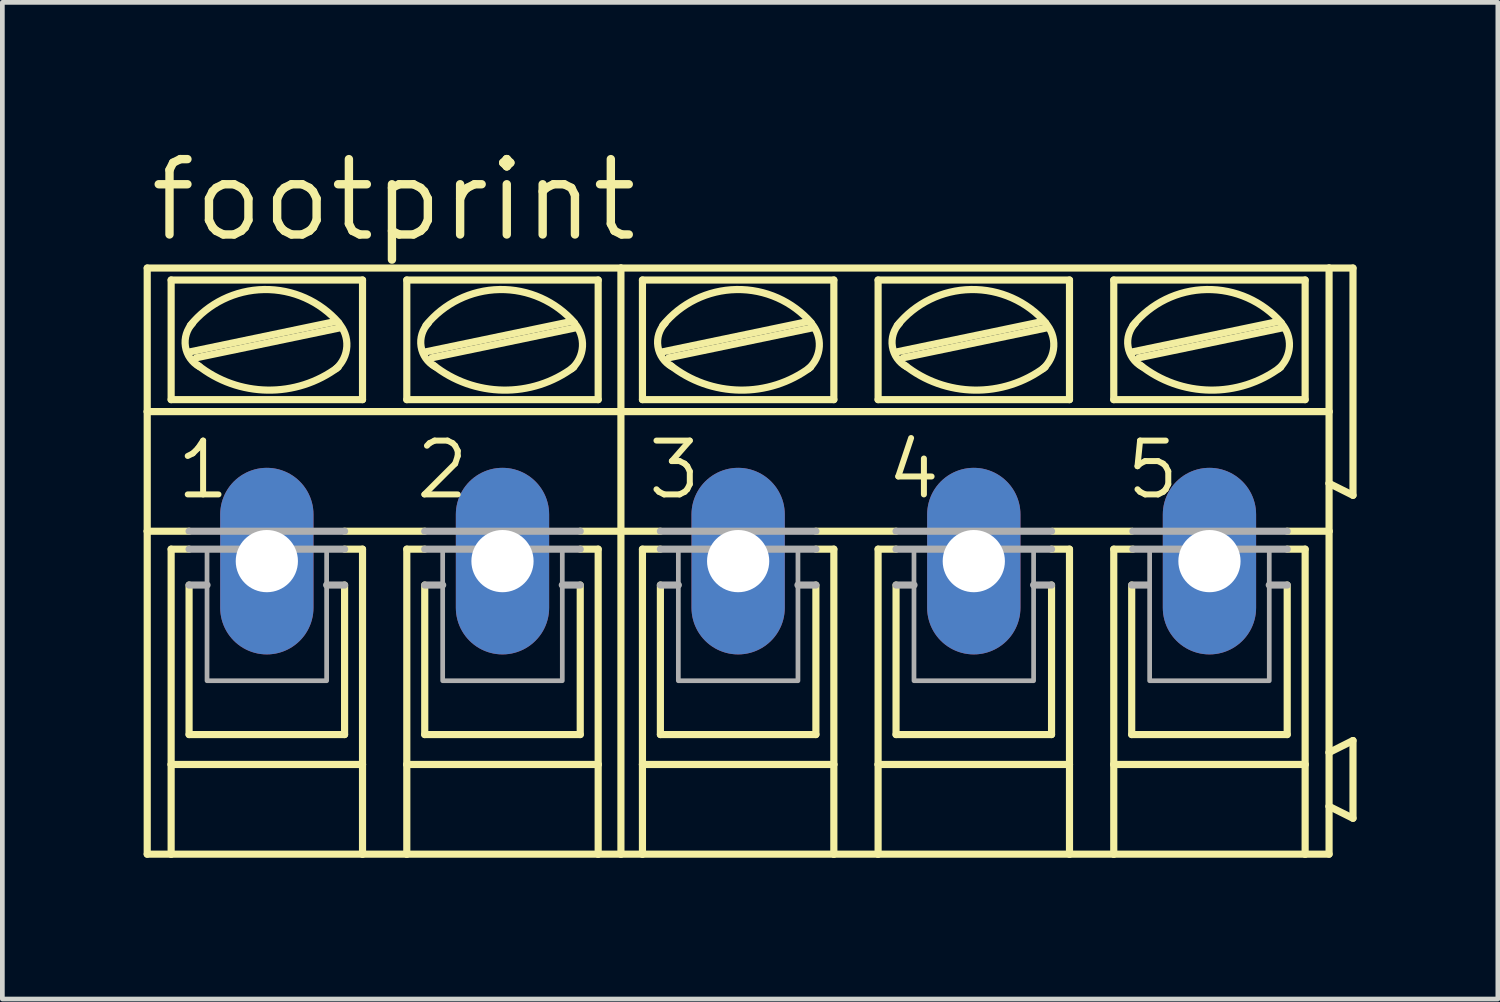
<source format=kicad_pcb>
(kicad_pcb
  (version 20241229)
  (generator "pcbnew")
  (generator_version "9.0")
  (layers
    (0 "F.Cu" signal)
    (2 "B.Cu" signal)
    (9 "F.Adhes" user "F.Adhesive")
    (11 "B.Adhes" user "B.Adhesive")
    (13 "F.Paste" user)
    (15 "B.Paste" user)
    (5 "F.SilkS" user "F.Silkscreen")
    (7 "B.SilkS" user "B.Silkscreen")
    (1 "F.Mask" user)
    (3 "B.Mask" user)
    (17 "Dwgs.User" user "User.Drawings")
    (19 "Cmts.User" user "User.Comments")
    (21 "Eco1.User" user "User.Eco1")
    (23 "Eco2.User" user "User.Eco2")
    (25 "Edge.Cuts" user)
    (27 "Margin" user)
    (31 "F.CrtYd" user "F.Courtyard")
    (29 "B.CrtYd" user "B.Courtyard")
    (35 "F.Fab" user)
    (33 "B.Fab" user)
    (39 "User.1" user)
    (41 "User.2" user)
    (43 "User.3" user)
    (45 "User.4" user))
  (footprint "footprint"
    (layer "F.Cu")
    (at 12.624 8.865)
    (property "Reference" "footprint" (at -12.573 -6.731 0) (layer "F.SilkS") (effects (font (size 1.6 1.6) (thickness 0.178)) (justify left bottom)))
    (fp_line (start -12.548 -3.175) (end -12.548 -6.223) (stroke (width 0.152) (type solid)) (layer "F.SilkS"))
    (fp_line (start -12.548 -3.175) (end -2.489 -3.175) (stroke (width 0.152) (type solid)) (layer "F.SilkS"))
    (fp_line (start -12.548 -0.635) (end -12.548 -3.175) (stroke (width 0.152) (type solid)) (layer "F.SilkS"))
    (fp_line (start -12.548 -0.635) (end -11.659 -0.635) (stroke (width 0.152) (type solid)) (layer "F.SilkS"))
    (fp_line (start -12.548 6.223) (end -12.548 -0.635) (stroke (width 0.152) (type solid)) (layer "F.SilkS"))
    (fp_line (start -12.548 6.223) (end -12.04 6.223) (stroke (width 0.152) (type solid)) (layer "F.SilkS"))
    (fp_line (start -12.04 -3.429) (end -12.04 -5.969) (stroke (width 0.152) (type solid)) (layer "F.SilkS"))
    (fp_line (start -12.04 -0.254) (end -12.04 4.318) (stroke (width 0.152) (type solid)) (layer "F.SilkS"))
    (fp_line (start -12.04 -0.254) (end -11.659 -0.254) (stroke (width 0.152) (type solid)) (layer "F.SilkS"))
    (fp_line (start -12.04 4.318) (end -12.04 6.223) (stroke (width 0.152) (type solid)) (layer "F.SilkS"))
    (fp_line (start -12.04 6.223) (end -7.976 6.223) (stroke (width 0.152) (type solid)) (layer "F.SilkS"))
    (fp_line (start -11.659 3.683) (end -11.659 0.508) (stroke (width 0.152) (type solid)) (layer "F.SilkS"))
    (fp_line (start -11.633 -4.445) (end -8.585 -5.08) (stroke (width 0.152) (type solid)) (layer "F.SilkS"))
    (fp_line (start -11.506 -4.318) (end -8.458 -4.953) (stroke (width 0.152) (type solid)) (layer "F.SilkS"))
    (fp_line (start -8.357 -0.635) (end -6.655 -0.635) (stroke (width 0.152) (type solid)) (layer "F.SilkS"))
    (fp_line (start -8.357 3.683) (end -11.659 3.683) (stroke (width 0.152) (type solid)) (layer "F.SilkS"))
    (fp_line (start -8.357 3.683) (end -8.357 0.508) (stroke (width 0.152) (type solid)) (layer "F.SilkS"))
    (fp_line (start -7.976 -5.969) (end -12.04 -5.969) (stroke (width 0.152) (type solid)) (layer "F.SilkS"))
    (fp_line (start -7.976 -3.429) (end -12.04 -3.429) (stroke (width 0.152) (type solid)) (layer "F.SilkS"))
    (fp_line (start -7.976 -3.429) (end -7.976 -5.969) (stroke (width 0.152) (type solid)) (layer "F.SilkS"))
    (fp_line (start -7.976 -0.254) (end -8.357 -0.254) (stroke (width 0.152) (type solid)) (layer "F.SilkS"))
    (fp_line (start -7.976 4.318) (end -12.04 4.318) (stroke (width 0.152) (type solid)) (layer "F.SilkS"))
    (fp_line (start -7.976 4.318) (end -7.976 -0.254) (stroke (width 0.152) (type solid)) (layer "F.SilkS"))
    (fp_line (start -7.976 6.223) (end -7.976 4.318) (stroke (width 0.152) (type solid)) (layer "F.SilkS"))
    (fp_line (start -7.976 6.223) (end -7.036 6.223) (stroke (width 0.152) (type solid)) (layer "F.SilkS"))
    (fp_line (start -7.036 -5.969) (end -2.972 -5.969) (stroke (width 0.152) (type solid)) (layer "F.SilkS"))
    (fp_line (start -7.036 -3.429) (end -7.036 -5.969) (stroke (width 0.152) (type solid)) (layer "F.SilkS"))
    (fp_line (start -7.036 -0.254) (end -6.655 -0.254) (stroke (width 0.152) (type solid)) (layer "F.SilkS"))
    (fp_line (start -7.036 4.318) (end -7.036 -0.254) (stroke (width 0.152) (type solid)) (layer "F.SilkS"))
    (fp_line (start -7.036 4.318) (end -2.972 4.318) (stroke (width 0.152) (type solid)) (layer "F.SilkS"))
    (fp_line (start -7.036 6.223) (end -7.036 4.318) (stroke (width 0.152) (type solid)) (layer "F.SilkS"))
    (fp_line (start -7.036 6.223) (end -2.972 6.223) (stroke (width 0.152) (type solid)) (layer "F.SilkS"))
    (fp_line (start -6.655 3.683) (end -6.655 0.508) (stroke (width 0.152) (type solid)) (layer "F.SilkS"))
    (fp_line (start -6.629 -4.445) (end -3.581 -5.08) (stroke (width 0.152) (type solid)) (layer "F.SilkS"))
    (fp_line (start -6.502 -4.318) (end -3.454 -4.953) (stroke (width 0.152) (type solid)) (layer "F.SilkS"))
    (fp_line (start -3.353 3.683) (end -6.655 3.683) (stroke (width 0.152) (type solid)) (layer "F.SilkS"))
    (fp_line (start -3.353 3.683) (end -3.353 0.508) (stroke (width 0.152) (type solid)) (layer "F.SilkS"))
    (fp_line (start -2.972 -5.969) (end -2.972 -3.429) (stroke (width 0.152) (type solid)) (layer "F.SilkS"))
    (fp_line (start -2.972 -3.429) (end -7.036 -3.429) (stroke (width 0.152) (type solid)) (layer "F.SilkS"))
    (fp_line (start -2.972 -0.254) (end -3.353 -0.254) (stroke (width 0.152) (type solid)) (layer "F.SilkS"))
    (fp_line (start -2.972 -0.254) (end -2.972 4.318) (stroke (width 0.152) (type solid)) (layer "F.SilkS"))
    (fp_line (start -2.972 4.318) (end -2.972 6.223) (stroke (width 0.152) (type solid)) (layer "F.SilkS"))
    (fp_line (start -2.972 6.223) (end -2.489 6.223) (stroke (width 0.152) (type solid)) (layer "F.SilkS"))
    (fp_line (start -2.489 -6.223) (end -12.548 -6.223) (stroke (width 0.152) (type solid)) (layer "F.SilkS"))
    (fp_line (start -2.489 -3.175) (end -2.489 -6.223) (stroke (width 0.152) (type solid)) (layer "F.SilkS"))
    (fp_line (start -2.489 -3.175) (end 12.548 -3.175) (stroke (width 0.152) (type solid)) (layer "F.SilkS"))
    (fp_line (start -2.489 -0.635) (end -3.353 -0.635) (stroke (width 0.152) (type solid)) (layer "F.SilkS"))
    (fp_line (start -2.489 -0.635) (end -2.489 -3.175) (stroke (width 0.152) (type solid)) (layer "F.SilkS"))
    (fp_line (start -2.489 -0.635) (end -1.651 -0.635) (stroke (width 0.152) (type solid)) (layer "F.SilkS"))
    (fp_line (start -2.489 6.223) (end -2.489 -0.635) (stroke (width 0.152) (type solid)) (layer "F.SilkS"))
    (fp_line (start -2.489 6.223) (end -2.032 6.223) (stroke (width 0.152) (type solid)) (layer "F.SilkS"))
    (fp_line (start -2.032 -3.429) (end -2.032 -5.969) (stroke (width 0.152) (type solid)) (layer "F.SilkS"))
    (fp_line (start -2.032 -0.254) (end -2.032 4.318) (stroke (width 0.152) (type solid)) (layer "F.SilkS"))
    (fp_line (start -2.032 -0.254) (end -1.651 -0.254) (stroke (width 0.152) (type solid)) (layer "F.SilkS"))
    (fp_line (start -2.032 4.318) (end -2.032 6.223) (stroke (width 0.152) (type solid)) (layer "F.SilkS"))
    (fp_line (start -2.032 6.223) (end 2.032 6.223) (stroke (width 0.152) (type solid)) (layer "F.SilkS"))
    (fp_line (start -1.651 3.683) (end -1.651 0.508) (stroke (width 0.152) (type solid)) (layer "F.SilkS"))
    (fp_line (start -1.6 -4.445) (end 1.448 -5.08) (stroke (width 0.152) (type solid)) (layer "F.SilkS"))
    (fp_line (start -1.473 -4.318) (end 1.575 -4.953) (stroke (width 0.152) (type solid)) (layer "F.SilkS"))
    (fp_line (start 1.651 -0.635) (end 3.353 -0.635) (stroke (width 0.152) (type solid)) (layer "F.SilkS"))
    (fp_line (start 1.651 3.683) (end -1.651 3.683) (stroke (width 0.152) (type solid)) (layer "F.SilkS"))
    (fp_line (start 1.651 3.683) (end 1.651 0.508) (stroke (width 0.152) (type solid)) (layer "F.SilkS"))
    (fp_line (start 2.032 -5.969) (end -2.032 -5.969) (stroke (width 0.152) (type solid)) (layer "F.SilkS"))
    (fp_line (start 2.032 -3.429) (end -2.032 -3.429) (stroke (width 0.152) (type solid)) (layer "F.SilkS"))
    (fp_line (start 2.032 -3.429) (end 2.032 -5.969) (stroke (width 0.152) (type solid)) (layer "F.SilkS"))
    (fp_line (start 2.032 -0.254) (end 1.651 -0.254) (stroke (width 0.152) (type solid)) (layer "F.SilkS"))
    (fp_line (start 2.032 4.318) (end -2.032 4.318) (stroke (width 0.152) (type solid)) (layer "F.SilkS"))
    (fp_line (start 2.032 4.318) (end 2.032 -0.254) (stroke (width 0.152) (type solid)) (layer "F.SilkS"))
    (fp_line (start 2.032 6.223) (end 2.032 4.318) (stroke (width 0.152) (type solid)) (layer "F.SilkS"))
    (fp_line (start 2.032 6.223) (end 2.972 6.223) (stroke (width 0.152) (type solid)) (layer "F.SilkS"))
    (fp_line (start 2.972 -5.969) (end 7.036 -5.969) (stroke (width 0.152) (type solid)) (layer "F.SilkS"))
    (fp_line (start 2.972 -3.429) (end 2.972 -5.969) (stroke (width 0.152) (type solid)) (layer "F.SilkS"))
    (fp_line (start 2.972 -0.254) (end 3.353 -0.254) (stroke (width 0.152) (type solid)) (layer "F.SilkS"))
    (fp_line (start 2.972 4.318) (end 2.972 -0.254) (stroke (width 0.152) (type solid)) (layer "F.SilkS"))
    (fp_line (start 2.972 4.318) (end 7.036 4.318) (stroke (width 0.152) (type solid)) (layer "F.SilkS"))
    (fp_line (start 2.972 6.223) (end 2.972 4.318) (stroke (width 0.152) (type solid)) (layer "F.SilkS"))
    (fp_line (start 2.972 6.223) (end 7.036 6.223) (stroke (width 0.152) (type solid)) (layer "F.SilkS"))
    (fp_line (start 3.353 3.683) (end 3.353 0.508) (stroke (width 0.152) (type solid)) (layer "F.SilkS"))
    (fp_line (start 3.378 -4.445) (end 6.426 -5.08) (stroke (width 0.152) (type solid)) (layer "F.SilkS"))
    (fp_line (start 3.505 -4.318) (end 6.553 -4.953) (stroke (width 0.152) (type solid)) (layer "F.SilkS"))
    (fp_line (start 6.655 3.683) (end 3.353 3.683) (stroke (width 0.152) (type solid)) (layer "F.SilkS"))
    (fp_line (start 6.655 3.683) (end 6.655 0.508) (stroke (width 0.152) (type solid)) (layer "F.SilkS"))
    (fp_line (start 6.68 -0.635) (end 8.357 -0.635) (stroke (width 0.152) (type solid)) (layer "F.SilkS"))
    (fp_line (start 7.036 -5.969) (end 7.036 -3.429) (stroke (width 0.152) (type solid)) (layer "F.SilkS"))
    (fp_line (start 7.036 -3.429) (end 2.972 -3.429) (stroke (width 0.152) (type solid)) (layer "F.SilkS"))
    (fp_line (start 7.036 -0.254) (end 6.655 -0.254) (stroke (width 0.152) (type solid)) (layer "F.SilkS"))
    (fp_line (start 7.036 -0.254) (end 7.036 4.318) (stroke (width 0.152) (type solid)) (layer "F.SilkS"))
    (fp_line (start 7.036 4.318) (end 7.036 6.223) (stroke (width 0.152) (type solid)) (layer "F.SilkS"))
    (fp_line (start 7.036 6.223) (end 7.976 6.223) (stroke (width 0.152) (type solid)) (layer "F.SilkS"))
    (fp_line (start 7.976 -5.969) (end 12.04 -5.969) (stroke (width 0.152) (type solid)) (layer "F.SilkS"))
    (fp_line (start 7.976 -3.429) (end 7.976 -5.969) (stroke (width 0.152) (type solid)) (layer "F.SilkS"))
    (fp_line (start 7.976 -0.254) (end 8.382 -0.254) (stroke (width 0.152) (type solid)) (layer "F.SilkS"))
    (fp_line (start 7.976 4.318) (end 7.976 -0.254) (stroke (width 0.152) (type solid)) (layer "F.SilkS"))
    (fp_line (start 7.976 4.318) (end 12.04 4.318) (stroke (width 0.152) (type solid)) (layer "F.SilkS"))
    (fp_line (start 7.976 6.223) (end 7.976 4.318) (stroke (width 0.152) (type solid)) (layer "F.SilkS"))
    (fp_line (start 7.976 6.223) (end 12.04 6.223) (stroke (width 0.152) (type solid)) (layer "F.SilkS"))
    (fp_line (start 8.357 3.683) (end 8.357 0.508) (stroke (width 0.152) (type solid)) (layer "F.SilkS"))
    (fp_line (start 8.382 -4.445) (end 11.43 -5.08) (stroke (width 0.152) (type solid)) (layer "F.SilkS"))
    (fp_line (start 8.509 -4.318) (end 11.557 -4.953) (stroke (width 0.152) (type solid)) (layer "F.SilkS"))
    (fp_line (start 11.659 3.683) (end 8.357 3.683) (stroke (width 0.152) (type solid)) (layer "F.SilkS"))
    (fp_line (start 11.659 3.683) (end 11.659 0.508) (stroke (width 0.152) (type solid)) (layer "F.SilkS"))
    (fp_line (start 12.04 -5.969) (end 12.04 -3.429) (stroke (width 0.152) (type solid)) (layer "F.SilkS"))
    (fp_line (start 12.04 -3.429) (end 7.976 -3.429) (stroke (width 0.152) (type solid)) (layer "F.SilkS"))
    (fp_line (start 12.04 -0.254) (end 11.659 -0.254) (stroke (width 0.152) (type solid)) (layer "F.SilkS"))
    (fp_line (start 12.04 -0.254) (end 12.04 4.318) (stroke (width 0.152) (type solid)) (layer "F.SilkS"))
    (fp_line (start 12.04 4.318) (end 12.04 6.223) (stroke (width 0.152) (type solid)) (layer "F.SilkS"))
    (fp_line (start 12.04 6.223) (end 12.548 6.223) (stroke (width 0.152) (type solid)) (layer "F.SilkS"))
    (fp_line (start 12.548 -6.223) (end -2.489 -6.223) (stroke (width 0.152) (type solid)) (layer "F.SilkS"))
    (fp_line (start 12.548 -6.223) (end 12.548 -3.175) (stroke (width 0.152) (type solid)) (layer "F.SilkS"))
    (fp_line (start 12.548 -6.223) (end 13.056 -6.223) (stroke (width 0.152) (type solid)) (layer "F.SilkS"))
    (fp_line (start 12.548 -3.175) (end 12.548 -1.651) (stroke (width 0.152) (type solid)) (layer "F.SilkS"))
    (fp_line (start 12.548 -1.651) (end 12.548 -0.635) (stroke (width 0.152) (type solid)) (layer "F.SilkS"))
    (fp_line (start 12.548 -0.635) (end 11.659 -0.635) (stroke (width 0.152) (type solid)) (layer "F.SilkS"))
    (fp_line (start 12.548 -0.635) (end 12.548 4.064) (stroke (width 0.152) (type solid)) (layer "F.SilkS"))
    (fp_line (start 12.548 4.064) (end 12.548 5.207) (stroke (width 0.152) (type solid)) (layer "F.SilkS"))
    (fp_line (start 12.548 5.207) (end 12.548 6.223) (stroke (width 0.152) (type solid)) (layer "F.SilkS"))
    (fp_line (start 13.056 -6.223) (end 13.056 -1.397) (stroke (width 0.152) (type solid)) (layer "F.SilkS"))
    (fp_line (start 13.056 -1.397) (end 12.548 -1.651) (stroke (width 0.152) (type solid)) (layer "F.SilkS"))
    (fp_line (start 13.056 3.81) (end 12.548 4.064) (stroke (width 0.152) (type solid)) (layer "F.SilkS"))
    (fp_line (start 13.056 3.81) (end 13.056 5.461) (stroke (width 0.152) (type solid)) (layer "F.SilkS"))
    (fp_line (start 13.056 5.461) (end 12.548 5.207) (stroke (width 0.152) (type solid)) (layer "F.SilkS"))
    (fp_arc (start -11.6332 -5.0038) (mid -10.068826 -5.76695) (end -8.478799 -5.058801) (stroke (width 0.1524) (type solid)) (layer "F.SilkS"))
    (fp_arc (start -11.438701 -4.129699) (mid -11.736625 -4.557025) (end -11.5824 -5.0546) (stroke (width 0.1524) (type solid)) (layer "F.SilkS"))
    (fp_arc (start -8.493001 -4.118799) (mid -9.994904 -3.631242) (end -11.4808 -4.1656) (stroke (width 0.1524) (type solid)) (layer "F.SilkS"))
    (fp_arc (start -8.483699 -5.054499) (mid -8.309339 -4.558083) (end -8.5394 -4.0849) (stroke (width 0.1524) (type solid)) (layer "F.SilkS"))
    (fp_arc (start -6.6294 -5.0038) (mid -5.065026 -5.76695) (end -3.474999 -5.058801) (stroke (width 0.1524) (type solid)) (layer "F.SilkS"))
    (fp_arc (start -6.434901 -4.129699) (mid -6.732825 -4.557025) (end -6.5786 -5.0546) (stroke (width 0.1524) (type solid)) (layer "F.SilkS"))
    (fp_arc (start -3.489201 -4.118799) (mid -4.991104 -3.631242) (end -6.477 -4.1656) (stroke (width 0.1524) (type solid)) (layer "F.SilkS"))
    (fp_arc (start -3.479899 -5.054499) (mid -3.305539 -4.558083) (end -3.5356 -4.0849) (stroke (width 0.1524) (type solid)) (layer "F.SilkS"))
    (fp_arc (start -1.6002 -5.0038) (mid -0.035853 -5.766879) (end 1.5541 -5.0587) (stroke (width 0.1524) (type solid)) (layer "F.SilkS"))
    (fp_arc (start -1.405701 -4.129699) (mid -1.703625 -4.557025) (end -1.5494 -5.0546) (stroke (width 0.1524) (type solid)) (layer "F.SilkS"))
    (fp_arc (start 1.54 -4.118901) (mid 0.038114 -3.631283) (end -1.4478 -4.1656) (stroke (width 0.1524) (type solid)) (layer "F.SilkS"))
    (fp_arc (start 1.5493 -5.0545) (mid 1.72366 -4.558084) (end 1.4936 -4.0849) (stroke (width 0.1524) (type solid)) (layer "F.SilkS"))
    (fp_arc (start 3.3782 -5.0038) (mid 4.94252 -5.766807) (end 6.5324 -5.058598) (stroke (width 0.1524) (type solid)) (layer "F.SilkS"))
    (fp_arc (start 3.572698 -4.1297) (mid 3.274775 -4.557026) (end 3.429 -5.0546) (stroke (width 0.1524) (type solid)) (layer "F.SilkS"))
    (fp_arc (start 6.5184 -4.118901) (mid 5.016514 -3.631283) (end 3.5306 -4.1656) (stroke (width 0.1524) (type solid)) (layer "F.SilkS"))
    (fp_arc (start 6.5277 -5.0545) (mid 6.70206 -4.558084) (end 6.472 -4.0849) (stroke (width 0.1524) (type solid)) (layer "F.SilkS"))
    (fp_arc (start 8.382 -5.0038) (mid 9.94632 -5.766807) (end 11.5362 -5.058598) (stroke (width 0.1524) (type solid)) (layer "F.SilkS"))
    (fp_arc (start 8.576498 -4.1297) (mid 8.278575 -4.557026) (end 8.4328 -5.0546) (stroke (width 0.1524) (type solid)) (layer "F.SilkS"))
    (fp_arc (start 11.5222 -4.118901) (mid 10.020314 -3.631283) (end 8.5344 -4.1656) (stroke (width 0.1524) (type solid)) (layer "F.SilkS"))
    (fp_arc (start 11.5315 -5.0545) (mid 11.70586 -4.558084) (end 11.4758 -4.0849) (stroke (width 0.1524) (type solid)) (layer "F.SilkS"))
    (fp_line (start -11.659 -0.635) (end -8.357 -0.635) (stroke (width 0.152) (type solid)) (layer "F.Fab"))
    (fp_line (start -11.659 0.508) (end -11.278 0.508) (stroke (width 0.152) (type solid)) (layer "F.Fab"))
    (fp_line (start -8.357 -0.254) (end -11.659 -0.254) (stroke (width 0.152) (type solid)) (layer "F.Fab"))
    (fp_line (start -8.357 0.508) (end -8.738 0.508) (stroke (width 0.152) (type solid)) (layer "F.Fab"))
    (fp_line (start -6.655 -0.254) (end -3.353 -0.254) (stroke (width 0.152) (type solid)) (layer "F.Fab"))
    (fp_line (start -6.655 0.508) (end -6.274 0.508) (stroke (width 0.152) (type solid)) (layer "F.Fab"))
    (fp_line (start -3.353 -0.635) (end -6.655 -0.635) (stroke (width 0.152) (type solid)) (layer "F.Fab"))
    (fp_line (start -3.353 0.508) (end -3.734 0.508) (stroke (width 0.152) (type solid)) (layer "F.Fab"))
    (fp_line (start -1.651 -0.635) (end 1.651 -0.635) (stroke (width 0.152) (type solid)) (layer "F.Fab"))
    (fp_line (start -1.651 0.508) (end -1.27 0.508) (stroke (width 0.152) (type solid)) (layer "F.Fab"))
    (fp_line (start 1.651 -0.254) (end -1.651 -0.254) (stroke (width 0.152) (type solid)) (layer "F.Fab"))
    (fp_line (start 1.651 0.508) (end 1.27 0.508) (stroke (width 0.152) (type solid)) (layer "F.Fab"))
    (fp_line (start 3.353 -0.254) (end 6.655 -0.254) (stroke (width 0.152) (type solid)) (layer "F.Fab"))
    (fp_line (start 3.353 0.508) (end 3.734 0.508) (stroke (width 0.152) (type solid)) (layer "F.Fab"))
    (fp_line (start 6.655 -0.635) (end 3.353 -0.635) (stroke (width 0.152) (type solid)) (layer "F.Fab"))
    (fp_line (start 6.655 0.508) (end 6.274 0.508) (stroke (width 0.152) (type solid)) (layer "F.Fab"))
    (fp_line (start 8.357 0.508) (end 8.712 0.508) (stroke (width 0.152) (type solid)) (layer "F.Fab"))
    (fp_line (start 8.382 -0.254) (end 11.659 -0.254) (stroke (width 0.152) (type solid)) (layer "F.Fab"))
    (fp_line (start 11.659 -0.635) (end 8.382 -0.635) (stroke (width 0.152) (type solid)) (layer "F.Fab"))
    (fp_line (start 11.659 0.508) (end 11.278 0.508) (stroke (width 0.152) (type solid)) (layer "F.Fab"))
    (fp_poly (pts (xy -11.278 2.54) (xy -8.738 2.54) (xy -8.738 -0.254) (xy -11.278 -0.254)) (stroke (width 0.1) (type solid)) (fill no) (layer "F.Fab"))
    (fp_poly (pts (xy -6.274 2.54) (xy -3.734 2.54) (xy -3.734 -0.254) (xy -6.274 -0.254)) (stroke (width 0.1) (type solid)) (fill no) (layer "F.Fab"))
    (fp_poly (pts (xy -1.27 2.54) (xy 1.27 2.54) (xy 1.27 -0.254) (xy -1.27 -0.254)) (stroke (width 0.1) (type solid)) (fill no) (layer "F.Fab"))
    (fp_poly (pts (xy 3.734 2.54) (xy 6.274 2.54) (xy 6.274 -0.254) (xy 3.734 -0.254)) (stroke (width 0.1) (type solid)) (fill no) (layer "F.Fab"))
    (fp_poly (pts (xy 8.738 2.54) (xy 11.278 2.54) (xy 11.278 -0.254) (xy 8.738 -0.254)) (stroke (width 0.1) (type solid)) (fill no) (layer "F.Fab"))
    (fp_text user "2" (at -6.909 -1.27 0) (layer "F.SilkS") (effects (font (size 1.143 1.143) (thickness 0.127)) (justify left bottom)))
    (fp_text user "3" (at -1.981 -1.27 0) (layer "F.SilkS") (effects (font (size 1.143 1.143) (thickness 0.127)) (justify left bottom)))
    (fp_text user "1" (at -11.989 -1.27 0) (layer "F.SilkS") (effects (font (size 1.143 1.143) (thickness 0.127)) (justify left bottom)))
    (fp_text user "5" (at 8.179 -1.27 0) (layer "F.SilkS") (effects (font (size 1.143 1.143) (thickness 0.127)) (justify left bottom)))
    (fp_text user "4" (at 3.099 -1.27 0) (layer "F.SilkS") (effects (font (size 1.143 1.143) (thickness 0.127)) (justify left bottom)))
    (pad "1" thru_hole oval (at -10.008 0 90) (size 3.962 1.981) (drill 1.321) (layers "*.Cu" "*.Mask"))
    (pad "2" thru_hole oval (at -5.004 0 90) (size 3.962 1.981) (drill 1.321) (layers "*.Cu" "*.Mask"))
    (pad "3" thru_hole oval (at 0 0 90) (size 3.962 1.981) (drill 1.321) (layers "*.Cu" "*.Mask"))
    (pad "4" thru_hole oval (at 5.004 0 90) (size 3.962 1.981) (drill 1.321) (layers "*.Cu" "*.Mask"))
    (pad "5" thru_hole oval (at 10.008 0 90) (size 3.962 1.981) (drill 1.321) (layers "*.Cu" "*.Mask")))
  (gr_rect
    (start -3 -3)
    (end 28.756 18.164)
    (stroke (width 0.1) (type default))
    (fill no)
    (layer "Edge.Cuts")))
</source>
